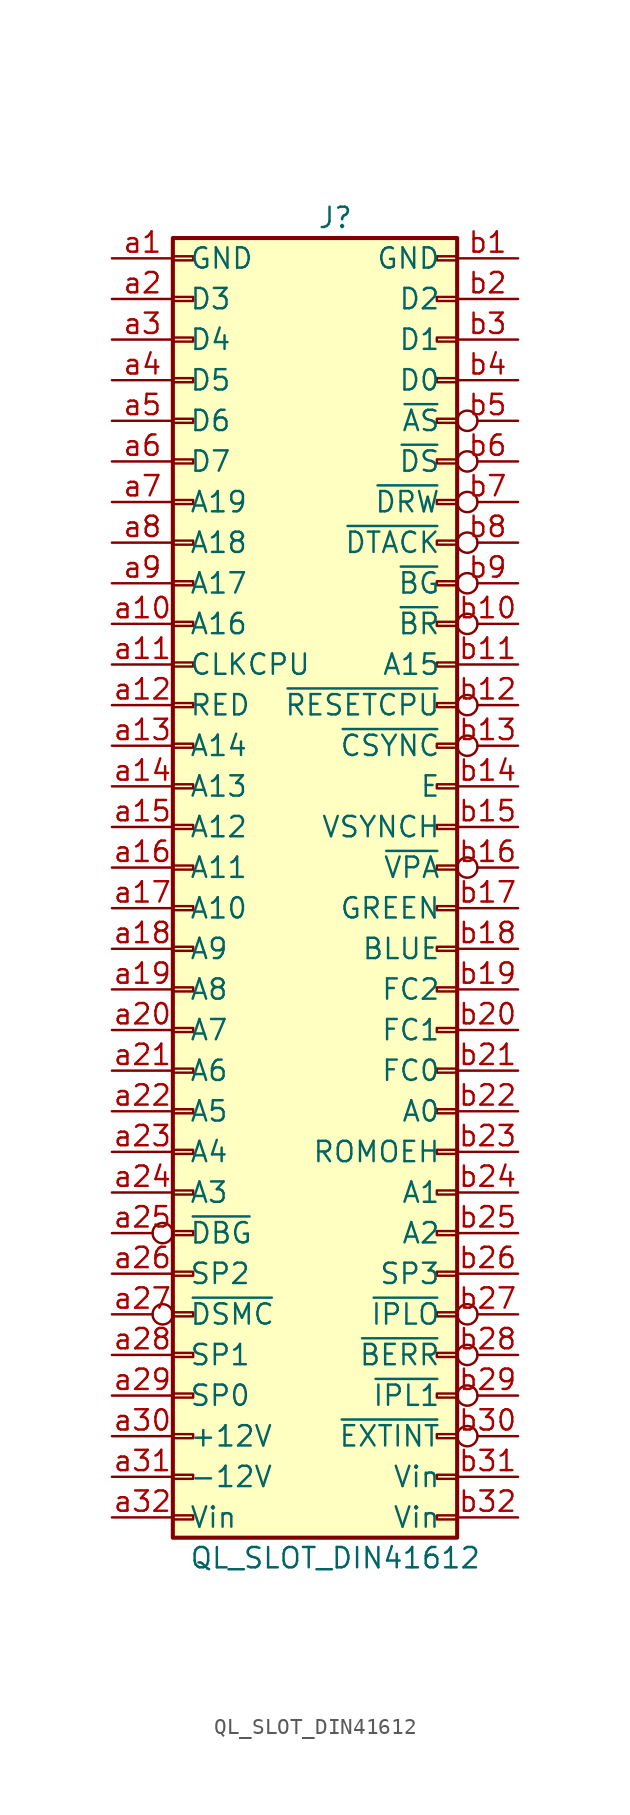
<source format=kicad_sym>
(kicad_symbol_lib
  (version 20241209)
  (generator "kicad_symbol_editor")
  (generator_version "9.0")
  (symbol "QL_SLOT_DIN41612"
    (pin_names
      (offset 1.016))
    (property "Reference" "J"
      (at 1.27 40.64 0)
      (effects (font (size 1.27 1.27))))
    (property "Value" "QL_SLOT_DIN41612"
      (at 1.27 -43.18 0)
      (effects (font (size 1.27 1.27))))
    (symbol "QL_SLOT_DIN41612_1_1"
      (rectangle (start -8.89 39.37) (end 8.89 -41.91) (stroke (width 0.254) (type default)) (fill (type background)))
      (rectangle (start -8.89 38.227) (end -7.62 37.973) (stroke (width 0.152) (type default)) (fill (type none)))
      (rectangle (start -8.89 35.687) (end -7.62 35.433) (stroke (width 0.152) (type default)) (fill (type none)))
      (rectangle (start -8.89 33.147) (end -7.62 32.893) (stroke (width 0.152) (type default)) (fill (type none)))
      (rectangle (start -8.89 30.607) (end -7.62 30.353) (stroke (width 0.152) (type default)) (fill (type none)))
      (rectangle (start -8.89 28.067) (end -7.62 27.813) (stroke (width 0.152) (type default)) (fill (type none)))
      (rectangle (start -8.89 25.527) (end -7.62 25.273) (stroke (width 0.152) (type default)) (fill (type none)))
      (rectangle (start -8.89 22.987) (end -7.62 22.733) (stroke (width 0.152) (type default)) (fill (type none)))
      (rectangle (start -8.89 20.447) (end -7.62 20.193) (stroke (width 0.152) (type default)) (fill (type none)))
      (rectangle (start -8.89 17.907) (end -7.62 17.653) (stroke (width 0.152) (type default)) (fill (type none)))
      (rectangle (start -8.89 15.367) (end -7.62 15.113) (stroke (width 0.152) (type default)) (fill (type none)))
      (rectangle (start -8.89 12.827) (end -7.62 12.573) (stroke (width 0.152) (type default)) (fill (type none)))
      (rectangle (start -8.89 10.287) (end -7.62 10.033) (stroke (width 0.152) (type default)) (fill (type none)))
      (rectangle (start -8.89 7.747) (end -7.62 7.493) (stroke (width 0.152) (type default)) (fill (type none)))
      (rectangle (start -8.89 5.207) (end -7.62 4.953) (stroke (width 0.152) (type default)) (fill (type none)))
      (rectangle (start -8.89 2.667) (end -7.62 2.413) (stroke (width 0.152) (type default)) (fill (type none)))
      (rectangle (start -8.89 0.127) (end -7.62 -0.127) (stroke (width 0.152) (type default)) (fill (type none)))
      (rectangle (start -8.89 -2.413) (end -7.62 -2.667) (stroke (width 0.152) (type default)) (fill (type none)))
      (rectangle (start -8.89 -4.953) (end -7.62 -5.207) (stroke (width 0.152) (type default)) (fill (type none)))
      (rectangle (start -8.89 -7.493) (end -7.62 -7.747) (stroke (width 0.152) (type default)) (fill (type none)))
      (rectangle (start -8.89 -10.033) (end -7.62 -10.287) (stroke (width 0.152) (type default)) (fill (type none)))
      (rectangle (start -8.89 -12.573) (end -7.62 -12.827) (stroke (width 0.152) (type default)) (fill (type none)))
      (rectangle (start -8.89 -15.113) (end -7.62 -15.367) (stroke (width 0.152) (type default)) (fill (type none)))
      (rectangle (start -8.89 -17.653) (end -7.62 -17.907) (stroke (width 0.152) (type default)) (fill (type none)))
      (rectangle (start -8.89 -20.193) (end -7.62 -20.447) (stroke (width 0.152) (type default)) (fill (type none)))
      (rectangle (start -8.89 -22.733) (end -7.62 -22.987) (stroke (width 0.152) (type default)) (fill (type none)))
      (rectangle (start -8.89 -25.273) (end -7.62 -25.527) (stroke (width 0.152) (type default)) (fill (type none)))
      (rectangle (start -8.89 -27.813) (end -7.62 -28.067) (stroke (width 0.152) (type default)) (fill (type none)))
      (rectangle (start -8.89 -30.353) (end -7.62 -30.607) (stroke (width 0.152) (type default)) (fill (type none)))
      (rectangle (start -8.89 -32.893) (end -7.62 -33.147) (stroke (width 0.152) (type default)) (fill (type none)))
      (rectangle (start -8.89 -35.433) (end -7.62 -35.687) (stroke (width 0.152) (type default)) (fill (type none)))
      (rectangle (start -8.89 -37.973) (end -7.62 -38.227) (stroke (width 0.152) (type default)) (fill (type none)))
      (rectangle (start -8.89 -40.513) (end -7.62 -40.767) (stroke (width 0.152) (type default)) (fill (type none)))
      (rectangle (start 8.89 38.227) (end 7.62 37.973) (stroke (width 0.152) (type default)) (fill (type none)))
      (rectangle (start 8.89 35.687) (end 7.62 35.433) (stroke (width 0.152) (type default)) (fill (type none)))
      (rectangle (start 8.89 33.147) (end 7.62 32.893) (stroke (width 0.152) (type default)) (fill (type none)))
      (rectangle (start 8.89 30.607) (end 7.62 30.353) (stroke (width 0.152) (type default)) (fill (type none)))
      (rectangle (start 8.89 28.067) (end 7.62 27.813) (stroke (width 0.152) (type default)) (fill (type none)))
      (rectangle (start 8.89 25.527) (end 7.62 25.273) (stroke (width 0.152) (type default)) (fill (type none)))
      (rectangle (start 8.89 22.987) (end 7.62 22.733) (stroke (width 0.152) (type default)) (fill (type none)))
      (rectangle (start 8.89 20.447) (end 7.62 20.193) (stroke (width 0.152) (type default)) (fill (type none)))
      (rectangle (start 8.89 17.907) (end 7.62 17.653) (stroke (width 0.152) (type default)) (fill (type none)))
      (rectangle (start 8.89 15.367) (end 7.62 15.113) (stroke (width 0.152) (type default)) (fill (type none)))
      (rectangle (start 8.89 12.827) (end 7.62 12.573) (stroke (width 0.152) (type default)) (fill (type none)))
      (rectangle (start 8.89 10.287) (end 7.62 10.033) (stroke (width 0.152) (type default)) (fill (type none)))
      (rectangle (start 8.89 7.747) (end 7.62 7.493) (stroke (width 0.152) (type default)) (fill (type none)))
      (rectangle (start 8.89 5.207) (end 7.62 4.953) (stroke (width 0.152) (type default)) (fill (type none)))
      (rectangle (start 8.89 2.667) (end 7.62 2.413) (stroke (width 0.152) (type default)) (fill (type none)))
      (rectangle (start 8.89 0.127) (end 7.62 -0.127) (stroke (width 0.152) (type default)) (fill (type none)))
      (rectangle (start 8.89 -2.413) (end 7.62 -2.667) (stroke (width 0.152) (type default)) (fill (type none)))
      (rectangle (start 8.89 -4.953) (end 7.62 -5.207) (stroke (width 0.152) (type default)) (fill (type none)))
      (rectangle (start 8.89 -7.493) (end 7.62 -7.747) (stroke (width 0.152) (type default)) (fill (type none)))
      (rectangle (start 8.89 -10.033) (end 7.62 -10.287) (stroke (width 0.152) (type default)) (fill (type none)))
      (rectangle (start 8.89 -12.573) (end 7.62 -12.827) (stroke (width 0.152) (type default)) (fill (type none)))
      (rectangle (start 8.89 -15.113) (end 7.62 -15.367) (stroke (width 0.152) (type default)) (fill (type none)))
      (rectangle (start 8.89 -17.653) (end 7.62 -17.907) (stroke (width 0.152) (type default)) (fill (type none)))
      (rectangle (start 8.89 -20.193) (end 7.62 -20.447) (stroke (width 0.152) (type default)) (fill (type none)))
      (rectangle (start 8.89 -22.733) (end 7.62 -22.987) (stroke (width 0.152) (type default)) (fill (type none)))
      (rectangle (start 8.89 -25.273) (end 7.62 -25.527) (stroke (width 0.152) (type default)) (fill (type none)))
      (rectangle (start 8.89 -27.813) (end 7.62 -28.067) (stroke (width 0.152) (type default)) (fill (type none)))
      (rectangle (start 8.89 -30.353) (end 7.62 -30.607) (stroke (width 0.152) (type default)) (fill (type none)))
      (rectangle (start 8.89 -32.893) (end 7.62 -33.147) (stroke (width 0.152) (type default)) (fill (type none)))
      (rectangle (start 8.89 -35.433) (end 7.62 -35.687) (stroke (width 0.152) (type default)) (fill (type none)))
      (rectangle (start 8.89 -37.973) (end 7.62 -38.227) (stroke (width 0.152) (type default)) (fill (type none)))
      (rectangle (start 8.89 -40.513) (end 7.62 -40.767) (stroke (width 0.152) (type default)) (fill (type none)))
      (pin passive line (at -12.7 38.1 0) (length 3.81) (name "GND" (effects (font (size 1.27 1.27)))) (number "a1" (effects (font (size 1.27 1.27)))))
      (pin bidirectional line (at -12.7 35.56 0) (length 3.81) (name "D3" (effects (font (size 1.27 1.27)))) (number "a2" (effects (font (size 1.27 1.27)))))
      (pin bidirectional line (at -12.7 33.02 0) (length 3.81) (name "D4" (effects (font (size 1.27 1.27)))) (number "a3" (effects (font (size 1.27 1.27)))))
      (pin bidirectional line (at -12.7 30.48 0) (length 3.81) (name "D5" (effects (font (size 1.27 1.27)))) (number "a4" (effects (font (size 1.27 1.27)))))
      (pin bidirectional line (at -12.7 27.94 0) (length 3.81) (name "D6" (effects (font (size 1.27 1.27)))) (number "a5" (effects (font (size 1.27 1.27)))))
      (pin bidirectional line (at -12.7 25.4 0) (length 3.81) (name "D7" (effects (font (size 1.27 1.27)))) (number "a6" (effects (font (size 1.27 1.27)))))
      (pin passive line (at -12.7 22.86 0) (length 3.81) (name "A19" (effects (font (size 1.27 1.27)))) (number "a7" (effects (font (size 1.27 1.27)))))
      (pin passive line (at -12.7 20.32 0) (length 3.81) (name "A18" (effects (font (size 1.27 1.27)))) (number "a8" (effects (font (size 1.27 1.27)))))
      (pin passive line (at -12.7 17.78 0) (length 3.81) (name "A17" (effects (font (size 1.27 1.27)))) (number "a9" (effects (font (size 1.27 1.27)))))
      (pin passive line (at -12.7 15.24 0) (length 3.81) (name "A16" (effects (font (size 1.27 1.27)))) (number "a10" (effects (font (size 1.27 1.27)))))
      (pin passive line (at -12.7 12.7 0) (length 3.81) (name "CLKCPU" (effects (font (size 1.27 1.27)))) (number "a11" (effects (font (size 1.27 1.27)))))
      (pin passive line (at -12.7 10.16 0) (length 3.81) (name "RED" (effects (font (size 1.27 1.27)))) (number "a12" (effects (font (size 1.27 1.27)))))
      (pin passive line (at -12.7 7.62 0) (length 3.81) (name "A14" (effects (font (size 1.27 1.27)))) (number "a13" (effects (font (size 1.27 1.27)))))
      (pin passive line (at -12.7 5.08 0) (length 3.81) (name "A13" (effects (font (size 1.27 1.27)))) (number "a14" (effects (font (size 1.27 1.27)))))
      (pin passive line (at -12.7 2.54 0) (length 3.81) (name "A12" (effects (font (size 1.27 1.27)))) (number "a15" (effects (font (size 1.27 1.27)))))
      (pin passive line (at -12.7 0 0) (length 3.81) (name "A11" (effects (font (size 1.27 1.27)))) (number "a16" (effects (font (size 1.27 1.27)))))
      (pin passive line (at -12.7 -2.54 0) (length 3.81) (name "A10" (effects (font (size 1.27 1.27)))) (number "a17" (effects (font (size 1.27 1.27)))))
      (pin passive line (at -12.7 -5.08 0) (length 3.81) (name "A9" (effects (font (size 1.27 1.27)))) (number "a18" (effects (font (size 1.27 1.27)))))
      (pin passive line (at -12.7 -7.62 0) (length 3.81) (name "A8" (effects (font (size 1.27 1.27)))) (number "a19" (effects (font (size 1.27 1.27)))))
      (pin passive line (at -12.7 -10.16 0) (length 3.81) (name "A7" (effects (font (size 1.27 1.27)))) (number "a20" (effects (font (size 1.27 1.27)))))
      (pin passive line (at -12.7 -12.7 0) (length 3.81) (name "A6" (effects (font (size 1.27 1.27)))) (number "a21" (effects (font (size 1.27 1.27)))))
      (pin passive line (at -12.7 -15.24 0) (length 3.81) (name "A5" (effects (font (size 1.27 1.27)))) (number "a22" (effects (font (size 1.27 1.27)))))
      (pin passive line (at -12.7 -17.78 0) (length 3.81) (name "A4" (effects (font (size 1.27 1.27)))) (number "a23" (effects (font (size 1.27 1.27)))))
      (pin passive line (at -12.7 -20.32 0) (length 3.81) (name "A3" (effects (font (size 1.27 1.27)))) (number "a24" (effects (font (size 1.27 1.27)))))
      (pin passive inverted (at -12.7 -22.86 0) (length 3.81) (name "~{DBG}" (effects (font (size 1.27 1.27)))) (number "a25" (effects (font (size 1.27 1.27)))))
      (pin passive line (at -12.7 -25.4 0) (length 3.81) (name "SP2" (effects (font (size 1.27 1.27)))) (number "a26" (effects (font (size 1.27 1.27)))))
      (pin passive inverted (at -12.7 -27.94 0) (length 3.81) (name "~{DSMC}" (effects (font (size 1.27 1.27)))) (number "a27" (effects (font (size 1.27 1.27)))))
      (pin passive line (at -12.7 -30.48 0) (length 3.81) (name "SP1" (effects (font (size 1.27 1.27)))) (number "a28" (effects (font (size 1.27 1.27)))))
      (pin passive line (at -12.7 -33.02 0) (length 3.81) (name "SP0" (effects (font (size 1.27 1.27)))) (number "a29" (effects (font (size 1.27 1.27)))))
      (pin passive line (at -12.7 -35.56 0) (length 3.81) (name "+12V" (effects (font (size 1.27 1.27)))) (number "a30" (effects (font (size 1.27 1.27)))))
      (pin passive line (at -12.7 -38.1 0) (length 3.81) (name "-12V" (effects (font (size 1.27 1.27)))) (number "a31" (effects (font (size 1.27 1.27)))))
      (pin passive line (at -12.7 -40.64 0) (length 3.81) (name "Vin" (effects (font (size 1.27 1.27)))) (number "a32" (effects (font (size 1.27 1.27)))))
      (pin passive line (at 12.7 38.1 180) (length 3.81) (name "GND" (effects (font (size 1.27 1.27)))) (number "b1" (effects (font (size 1.27 1.27)))))
      (pin bidirectional line (at 12.7 35.56 180) (length 3.81) (name "D2" (effects (font (size 1.27 1.27)))) (number "b2" (effects (font (size 1.27 1.27)))))
      (pin bidirectional line (at 12.7 33.02 180) (length 3.81) (name "D1" (effects (font (size 1.27 1.27)))) (number "b3" (effects (font (size 1.27 1.27)))))
      (pin bidirectional line (at 12.7 30.48 180) (length 3.81) (name "D0" (effects (font (size 1.27 1.27)))) (number "b4" (effects (font (size 1.27 1.27)))))
      (pin passive inverted (at 12.7 27.94 180) (length 3.81) (name "~{AS}" (effects (font (size 1.27 1.27)))) (number "b5" (effects (font (size 1.27 1.27)))))
      (pin passive inverted (at 12.7 25.4 180) (length 3.81) (name "~{DS}" (effects (font (size 1.27 1.27)))) (number "b6" (effects (font (size 1.27 1.27)))))
      (pin passive inverted (at 12.7 22.86 180) (length 3.81) (name "~{DRW}" (effects (font (size 1.27 1.27)))) (number "b7" (effects (font (size 1.27 1.27)))))
      (pin passive inverted (at 12.7 20.32 180) (length 3.81) (name "~{DTACK}" (effects (font (size 1.27 1.27)))) (number "b8" (effects (font (size 1.27 1.27)))))
      (pin passive inverted (at 12.7 17.78 180) (length 3.81) (name "~{BG}" (effects (font (size 1.27 1.27)))) (number "b9" (effects (font (size 1.27 1.27)))))
      (pin passive inverted (at 12.7 15.24 180) (length 3.81) (name "~{BR}" (effects (font (size 1.27 1.27)))) (number "b10" (effects (font (size 1.27 1.27)))))
      (pin passive line (at 12.7 12.7 180) (length 3.81) (name "A15" (effects (font (size 1.27 1.27)))) (number "b11" (effects (font (size 1.27 1.27)))))
      (pin passive inverted (at 12.7 10.16 180) (length 3.81) (name "~{RESETCPU}" (effects (font (size 1.27 1.27)))) (number "b12" (effects (font (size 1.27 1.27)))))
      (pin passive inverted (at 12.7 7.62 180) (length 3.81) (name "~{CSYNC}" (effects (font (size 1.27 1.27)))) (number "b13" (effects (font (size 1.27 1.27)))))
      (pin passive line (at 12.7 5.08 180) (length 3.81) (name "E" (effects (font (size 1.27 1.27)))) (number "b14" (effects (font (size 1.27 1.27)))))
      (pin passive line (at 12.7 2.54 180) (length 3.81) (name "VSYNCH" (effects (font (size 1.27 1.27)))) (number "b15" (effects (font (size 1.27 1.27)))))
      (pin passive inverted (at 12.7 0 180) (length 3.81) (name "~{VPA}" (effects (font (size 1.27 1.27)))) (number "b16" (effects (font (size 1.27 1.27)))))
      (pin passive line (at 12.7 -2.54 180) (length 3.81) (name "GREEN" (effects (font (size 1.27 1.27)))) (number "b17" (effects (font (size 1.27 1.27)))))
      (pin passive line (at 12.7 -5.08 180) (length 3.81) (name "BLUE" (effects (font (size 1.27 1.27)))) (number "b18" (effects (font (size 1.27 1.27)))))
      (pin passive line (at 12.7 -7.62 180) (length 3.81) (name "FC2" (effects (font (size 1.27 1.27)))) (number "b19" (effects (font (size 1.27 1.27)))))
      (pin passive line (at 12.7 -10.16 180) (length 3.81) (name "FC1" (effects (font (size 1.27 1.27)))) (number "b20" (effects (font (size 1.27 1.27)))))
      (pin passive line (at 12.7 -12.7 180) (length 3.81) (name "FC0" (effects (font (size 1.27 1.27)))) (number "b21" (effects (font (size 1.27 1.27)))))
      (pin passive line (at 12.7 -15.24 180) (length 3.81) (name "A0" (effects (font (size 1.27 1.27)))) (number "b22" (effects (font (size 1.27 1.27)))))
      (pin passive line (at 12.7 -17.78 180) (length 3.81) (name "ROMOEH" (effects (font (size 1.27 1.27)))) (number "b23" (effects (font (size 1.27 1.27)))))
      (pin passive line (at 12.7 -20.32 180) (length 3.81) (name "A1" (effects (font (size 1.27 1.27)))) (number "b24" (effects (font (size 1.27 1.27)))))
      (pin passive line (at 12.7 -22.86 180) (length 3.81) (name "A2" (effects (font (size 1.27 1.27)))) (number "b25" (effects (font (size 1.27 1.27)))))
      (pin passive line (at 12.7 -25.4 180) (length 3.81) (name "SP3" (effects (font (size 1.27 1.27)))) (number "b26" (effects (font (size 1.27 1.27)))))
      (pin passive inverted (at 12.7 -27.94 180) (length 3.81) (name "~{IPLO}" (effects (font (size 1.27 1.27)))) (number "b27" (effects (font (size 1.27 1.27)))))
      (pin passive inverted (at 12.7 -30.48 180) (length 3.81) (name "~{BERR}" (effects (font (size 1.27 1.27)))) (number "b28" (effects (font (size 1.27 1.27)))))
      (pin passive inverted (at 12.7 -33.02 180) (length 3.81) (name "~{IPL1}" (effects (font (size 1.27 1.27)))) (number "b29" (effects (font (size 1.27 1.27)))))
      (pin passive inverted (at 12.7 -35.56 180) (length 3.81) (name "~{EXTINT}" (effects (font (size 1.27 1.27)))) (number "b30" (effects (font (size 1.27 1.27)))))
      (pin passive line (at 12.7 -38.1 180) (length 3.81) (name "Vin" (effects (font (size 1.27 1.27)))) (number "b31" (effects (font (size 1.27 1.27)))))
      (pin passive line (at 12.7 -40.64 180) (length 3.81) (name "Vin" (effects (font (size 1.27 1.27)))) (number "b32" (effects (font (size 1.27 1.27))))))))
</source>
